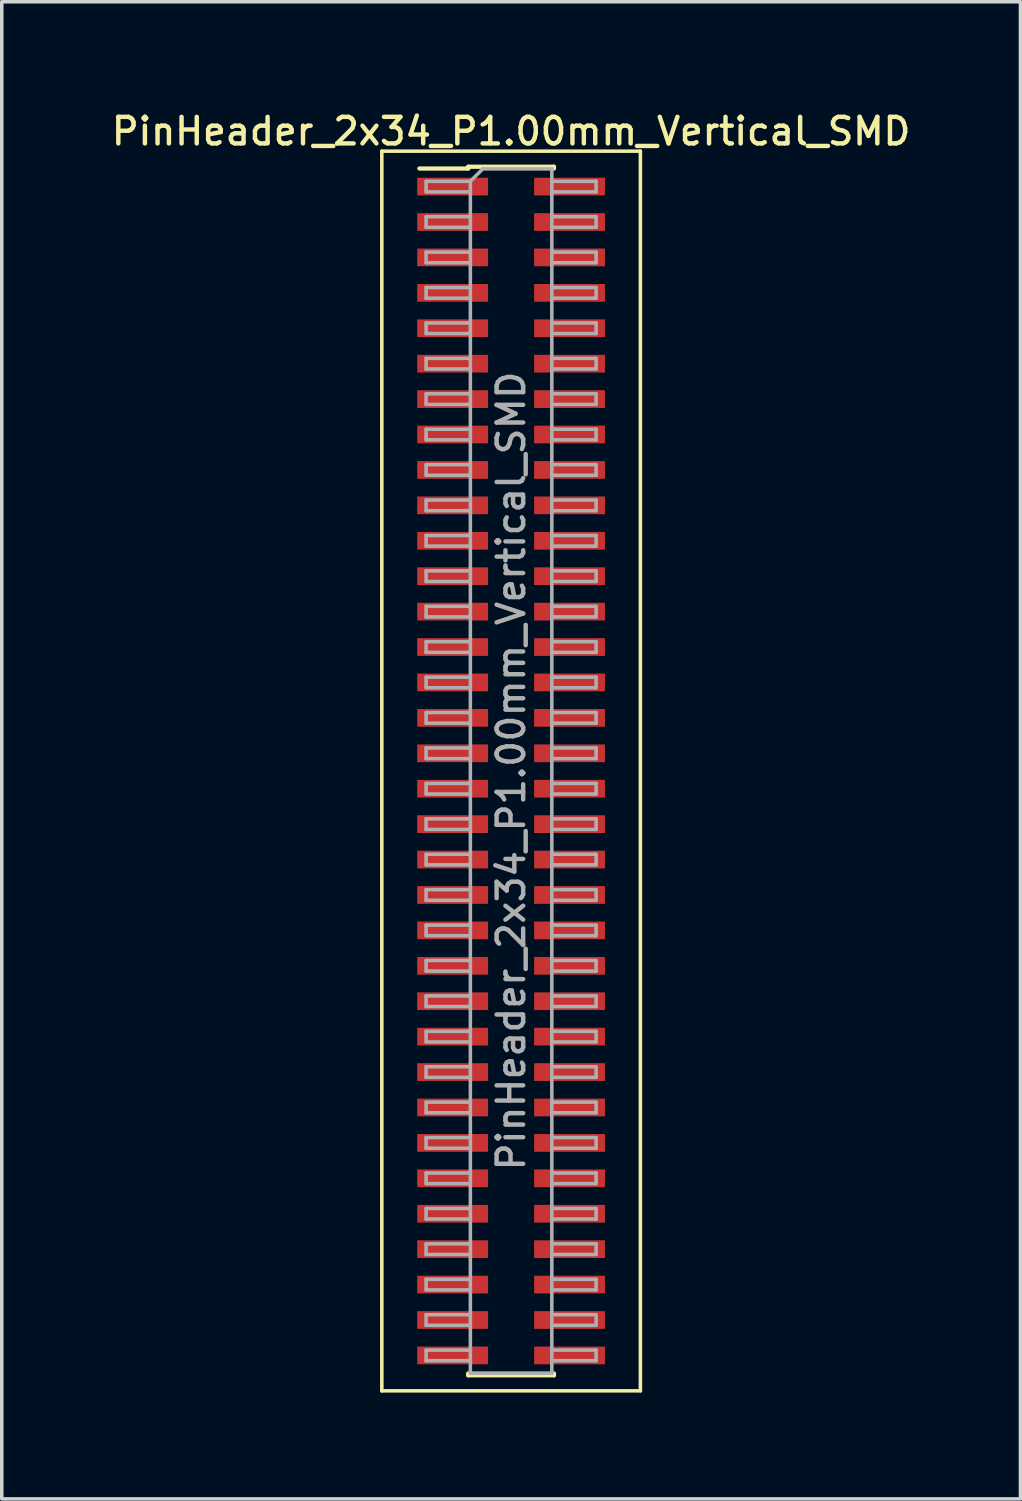
<source format=kicad_pcb>
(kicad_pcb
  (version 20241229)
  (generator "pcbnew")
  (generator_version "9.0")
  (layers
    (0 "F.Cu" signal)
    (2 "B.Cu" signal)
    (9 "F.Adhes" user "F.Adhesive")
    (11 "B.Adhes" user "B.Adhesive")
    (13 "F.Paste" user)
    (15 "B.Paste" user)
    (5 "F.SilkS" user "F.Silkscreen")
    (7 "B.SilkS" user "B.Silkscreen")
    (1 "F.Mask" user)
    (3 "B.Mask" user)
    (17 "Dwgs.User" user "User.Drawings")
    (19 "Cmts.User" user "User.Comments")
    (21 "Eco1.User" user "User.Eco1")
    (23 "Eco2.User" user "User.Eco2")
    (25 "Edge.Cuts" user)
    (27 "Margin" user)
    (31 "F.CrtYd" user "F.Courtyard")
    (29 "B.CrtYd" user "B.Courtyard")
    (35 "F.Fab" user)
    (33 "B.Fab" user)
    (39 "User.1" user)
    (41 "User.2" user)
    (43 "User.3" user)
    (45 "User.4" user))
  (footprint "PinHeader_2x34_P1.00mm_Vertical_SMD"
    (layer "F.Cu")
    (at 11.38 18.718)
    (property "Reference" "PinHeader_2x34_P1.00mm_Vertical_SMD" (at 0 -18.06 0) (layer "F.SilkS") (effects (font (size 0.75 0.75) (thickness 0.125))))
    (attr smd)
    (fp_line (start -3.65 -17.5) (end -3.65 17.5) (stroke (width 0.1) (type solid)) (layer "F.SilkS"))
    (fp_line (start -3.65 17.5) (end 3.65 17.5) (stroke (width 0.1) (type solid)) (layer "F.SilkS"))
    (fp_line (start -2.59 -17.01) (end -1.21 -17.01) (stroke (width 0.12) (type solid)) (layer "F.SilkS"))
    (fp_line (start -1.21 -17.06) (end -1.21 -17.01) (stroke (width 0.12) (type solid)) (layer "F.SilkS"))
    (fp_line (start -1.21 -17.06) (end 1.21 -17.06) (stroke (width 0.12) (type solid)) (layer "F.SilkS"))
    (fp_line (start -1.21 17.01) (end -1.21 17.06) (stroke (width 0.12) (type solid)) (layer "F.SilkS"))
    (fp_line (start -1.21 17.06) (end 1.21 17.06) (stroke (width 0.12) (type solid)) (layer "F.SilkS"))
    (fp_line (start 1.21 -17.06) (end 1.21 -17.01) (stroke (width 0.12) (type solid)) (layer "F.SilkS"))
    (fp_line (start 1.21 17.01) (end 1.21 17.06) (stroke (width 0.12) (type solid)) (layer "F.SilkS"))
    (fp_line (start 3.65 -17.5) (end -3.65 -17.5) (stroke (width 0.1) (type solid)) (layer "F.SilkS"))
    (fp_line (start 3.65 17.5) (end 3.65 -17.5) (stroke (width 0.1) (type solid)) (layer "F.SilkS"))
    (fp_line (start -2.4 -16.65) (end -2.4 -16.35) (stroke (width 0.1) (type solid)) (layer "F.Fab"))
    (fp_line (start -2.4 -16.35) (end -1.15 -16.35) (stroke (width 0.1) (type solid)) (layer "F.Fab"))
    (fp_line (start -2.4 -15.65) (end -2.4 -15.35) (stroke (width 0.1) (type solid)) (layer "F.Fab"))
    (fp_line (start -2.4 -15.35) (end -1.15 -15.35) (stroke (width 0.1) (type solid)) (layer "F.Fab"))
    (fp_line (start -2.4 -14.65) (end -2.4 -14.35) (stroke (width 0.1) (type solid)) (layer "F.Fab"))
    (fp_line (start -2.4 -14.35) (end -1.15 -14.35) (stroke (width 0.1) (type solid)) (layer "F.Fab"))
    (fp_line (start -2.4 -13.65) (end -2.4 -13.35) (stroke (width 0.1) (type solid)) (layer "F.Fab"))
    (fp_line (start -2.4 -13.35) (end -1.15 -13.35) (stroke (width 0.1) (type solid)) (layer "F.Fab"))
    (fp_line (start -2.4 -12.65) (end -2.4 -12.35) (stroke (width 0.1) (type solid)) (layer "F.Fab"))
    (fp_line (start -2.4 -12.35) (end -1.15 -12.35) (stroke (width 0.1) (type solid)) (layer "F.Fab"))
    (fp_line (start -2.4 -11.65) (end -2.4 -11.35) (stroke (width 0.1) (type solid)) (layer "F.Fab"))
    (fp_line (start -2.4 -11.35) (end -1.15 -11.35) (stroke (width 0.1) (type solid)) (layer "F.Fab"))
    (fp_line (start -2.4 -10.65) (end -2.4 -10.35) (stroke (width 0.1) (type solid)) (layer "F.Fab"))
    (fp_line (start -2.4 -10.35) (end -1.15 -10.35) (stroke (width 0.1) (type solid)) (layer "F.Fab"))
    (fp_line (start -2.4 -9.65) (end -2.4 -9.35) (stroke (width 0.1) (type solid)) (layer "F.Fab"))
    (fp_line (start -2.4 -9.35) (end -1.15 -9.35) (stroke (width 0.1) (type solid)) (layer "F.Fab"))
    (fp_line (start -2.4 -8.65) (end -2.4 -8.35) (stroke (width 0.1) (type solid)) (layer "F.Fab"))
    (fp_line (start -2.4 -8.35) (end -1.15 -8.35) (stroke (width 0.1) (type solid)) (layer "F.Fab"))
    (fp_line (start -2.4 -7.65) (end -2.4 -7.35) (stroke (width 0.1) (type solid)) (layer "F.Fab"))
    (fp_line (start -2.4 -7.35) (end -1.15 -7.35) (stroke (width 0.1) (type solid)) (layer "F.Fab"))
    (fp_line (start -2.4 -6.65) (end -2.4 -6.35) (stroke (width 0.1) (type solid)) (layer "F.Fab"))
    (fp_line (start -2.4 -6.35) (end -1.15 -6.35) (stroke (width 0.1) (type solid)) (layer "F.Fab"))
    (fp_line (start -2.4 -5.65) (end -2.4 -5.35) (stroke (width 0.1) (type solid)) (layer "F.Fab"))
    (fp_line (start -2.4 -5.35) (end -1.15 -5.35) (stroke (width 0.1) (type solid)) (layer "F.Fab"))
    (fp_line (start -2.4 -4.65) (end -2.4 -4.35) (stroke (width 0.1) (type solid)) (layer "F.Fab"))
    (fp_line (start -2.4 -4.35) (end -1.15 -4.35) (stroke (width 0.1) (type solid)) (layer "F.Fab"))
    (fp_line (start -2.4 -3.65) (end -2.4 -3.35) (stroke (width 0.1) (type solid)) (layer "F.Fab"))
    (fp_line (start -2.4 -3.35) (end -1.15 -3.35) (stroke (width 0.1) (type solid)) (layer "F.Fab"))
    (fp_line (start -2.4 -2.65) (end -2.4 -2.35) (stroke (width 0.1) (type solid)) (layer "F.Fab"))
    (fp_line (start -2.4 -2.35) (end -1.15 -2.35) (stroke (width 0.1) (type solid)) (layer "F.Fab"))
    (fp_line (start -2.4 -1.65) (end -2.4 -1.35) (stroke (width 0.1) (type solid)) (layer "F.Fab"))
    (fp_line (start -2.4 -1.35) (end -1.15 -1.35) (stroke (width 0.1) (type solid)) (layer "F.Fab"))
    (fp_line (start -2.4 -0.65) (end -2.4 -0.35) (stroke (width 0.1) (type solid)) (layer "F.Fab"))
    (fp_line (start -2.4 -0.35) (end -1.15 -0.35) (stroke (width 0.1) (type solid)) (layer "F.Fab"))
    (fp_line (start -2.4 0.35) (end -2.4 0.65) (stroke (width 0.1) (type solid)) (layer "F.Fab"))
    (fp_line (start -2.4 0.65) (end -1.15 0.65) (stroke (width 0.1) (type solid)) (layer "F.Fab"))
    (fp_line (start -2.4 1.35) (end -2.4 1.65) (stroke (width 0.1) (type solid)) (layer "F.Fab"))
    (fp_line (start -2.4 1.65) (end -1.15 1.65) (stroke (width 0.1) (type solid)) (layer "F.Fab"))
    (fp_line (start -2.4 2.35) (end -2.4 2.65) (stroke (width 0.1) (type solid)) (layer "F.Fab"))
    (fp_line (start -2.4 2.65) (end -1.15 2.65) (stroke (width 0.1) (type solid)) (layer "F.Fab"))
    (fp_line (start -2.4 3.35) (end -2.4 3.65) (stroke (width 0.1) (type solid)) (layer "F.Fab"))
    (fp_line (start -2.4 3.65) (end -1.15 3.65) (stroke (width 0.1) (type solid)) (layer "F.Fab"))
    (fp_line (start -2.4 4.35) (end -2.4 4.65) (stroke (width 0.1) (type solid)) (layer "F.Fab"))
    (fp_line (start -2.4 4.65) (end -1.15 4.65) (stroke (width 0.1) (type solid)) (layer "F.Fab"))
    (fp_line (start -2.4 5.35) (end -2.4 5.65) (stroke (width 0.1) (type solid)) (layer "F.Fab"))
    (fp_line (start -2.4 5.65) (end -1.15 5.65) (stroke (width 0.1) (type solid)) (layer "F.Fab"))
    (fp_line (start -2.4 6.35) (end -2.4 6.65) (stroke (width 0.1) (type solid)) (layer "F.Fab"))
    (fp_line (start -2.4 6.65) (end -1.15 6.65) (stroke (width 0.1) (type solid)) (layer "F.Fab"))
    (fp_line (start -2.4 7.35) (end -2.4 7.65) (stroke (width 0.1) (type solid)) (layer "F.Fab"))
    (fp_line (start -2.4 7.65) (end -1.15 7.65) (stroke (width 0.1) (type solid)) (layer "F.Fab"))
    (fp_line (start -2.4 8.35) (end -2.4 8.65) (stroke (width 0.1) (type solid)) (layer "F.Fab"))
    (fp_line (start -2.4 8.65) (end -1.15 8.65) (stroke (width 0.1) (type solid)) (layer "F.Fab"))
    (fp_line (start -2.4 9.35) (end -2.4 9.65) (stroke (width 0.1) (type solid)) (layer "F.Fab"))
    (fp_line (start -2.4 9.65) (end -1.15 9.65) (stroke (width 0.1) (type solid)) (layer "F.Fab"))
    (fp_line (start -2.4 10.35) (end -2.4 10.65) (stroke (width 0.1) (type solid)) (layer "F.Fab"))
    (fp_line (start -2.4 10.65) (end -1.15 10.65) (stroke (width 0.1) (type solid)) (layer "F.Fab"))
    (fp_line (start -2.4 11.35) (end -2.4 11.65) (stroke (width 0.1) (type solid)) (layer "F.Fab"))
    (fp_line (start -2.4 11.65) (end -1.15 11.65) (stroke (width 0.1) (type solid)) (layer "F.Fab"))
    (fp_line (start -2.4 12.35) (end -2.4 12.65) (stroke (width 0.1) (type solid)) (layer "F.Fab"))
    (fp_line (start -2.4 12.65) (end -1.15 12.65) (stroke (width 0.1) (type solid)) (layer "F.Fab"))
    (fp_line (start -2.4 13.35) (end -2.4 13.65) (stroke (width 0.1) (type solid)) (layer "F.Fab"))
    (fp_line (start -2.4 13.65) (end -1.15 13.65) (stroke (width 0.1) (type solid)) (layer "F.Fab"))
    (fp_line (start -2.4 14.35) (end -2.4 14.65) (stroke (width 0.1) (type solid)) (layer "F.Fab"))
    (fp_line (start -2.4 14.65) (end -1.15 14.65) (stroke (width 0.1) (type solid)) (layer "F.Fab"))
    (fp_line (start -2.4 15.35) (end -2.4 15.65) (stroke (width 0.1) (type solid)) (layer "F.Fab"))
    (fp_line (start -2.4 15.65) (end -1.15 15.65) (stroke (width 0.1) (type solid)) (layer "F.Fab"))
    (fp_line (start -2.4 16.35) (end -2.4 16.65) (stroke (width 0.1) (type solid)) (layer "F.Fab"))
    (fp_line (start -2.4 16.65) (end -1.15 16.65) (stroke (width 0.1) (type solid)) (layer "F.Fab"))
    (fp_line (start -1.15 -16.65) (end -2.4 -16.65) (stroke (width 0.1) (type solid)) (layer "F.Fab"))
    (fp_line (start -1.15 -16.65) (end -0.8 -17) (stroke (width 0.1) (type solid)) (layer "F.Fab"))
    (fp_line (start -1.15 -15.65) (end -2.4 -15.65) (stroke (width 0.1) (type solid)) (layer "F.Fab"))
    (fp_line (start -1.15 -14.65) (end -2.4 -14.65) (stroke (width 0.1) (type solid)) (layer "F.Fab"))
    (fp_line (start -1.15 -13.65) (end -2.4 -13.65) (stroke (width 0.1) (type solid)) (layer "F.Fab"))
    (fp_line (start -1.15 -12.65) (end -2.4 -12.65) (stroke (width 0.1) (type solid)) (layer "F.Fab"))
    (fp_line (start -1.15 -11.65) (end -2.4 -11.65) (stroke (width 0.1) (type solid)) (layer "F.Fab"))
    (fp_line (start -1.15 -10.65) (end -2.4 -10.65) (stroke (width 0.1) (type solid)) (layer "F.Fab"))
    (fp_line (start -1.15 -9.65) (end -2.4 -9.65) (stroke (width 0.1) (type solid)) (layer "F.Fab"))
    (fp_line (start -1.15 -8.65) (end -2.4 -8.65) (stroke (width 0.1) (type solid)) (layer "F.Fab"))
    (fp_line (start -1.15 -7.65) (end -2.4 -7.65) (stroke (width 0.1) (type solid)) (layer "F.Fab"))
    (fp_line (start -1.15 -6.65) (end -2.4 -6.65) (stroke (width 0.1) (type solid)) (layer "F.Fab"))
    (fp_line (start -1.15 -5.65) (end -2.4 -5.65) (stroke (width 0.1) (type solid)) (layer "F.Fab"))
    (fp_line (start -1.15 -4.65) (end -2.4 -4.65) (stroke (width 0.1) (type solid)) (layer "F.Fab"))
    (fp_line (start -1.15 -3.65) (end -2.4 -3.65) (stroke (width 0.1) (type solid)) (layer "F.Fab"))
    (fp_line (start -1.15 -2.65) (end -2.4 -2.65) (stroke (width 0.1) (type solid)) (layer "F.Fab"))
    (fp_line (start -1.15 -1.65) (end -2.4 -1.65) (stroke (width 0.1) (type solid)) (layer "F.Fab"))
    (fp_line (start -1.15 -0.65) (end -2.4 -0.65) (stroke (width 0.1) (type solid)) (layer "F.Fab"))
    (fp_line (start -1.15 0.35) (end -2.4 0.35) (stroke (width 0.1) (type solid)) (layer "F.Fab"))
    (fp_line (start -1.15 1.35) (end -2.4 1.35) (stroke (width 0.1) (type solid)) (layer "F.Fab"))
    (fp_line (start -1.15 2.35) (end -2.4 2.35) (stroke (width 0.1) (type solid)) (layer "F.Fab"))
    (fp_line (start -1.15 3.35) (end -2.4 3.35) (stroke (width 0.1) (type solid)) (layer "F.Fab"))
    (fp_line (start -1.15 4.35) (end -2.4 4.35) (stroke (width 0.1) (type solid)) (layer "F.Fab"))
    (fp_line (start -1.15 5.35) (end -2.4 5.35) (stroke (width 0.1) (type solid)) (layer "F.Fab"))
    (fp_line (start -1.15 6.35) (end -2.4 6.35) (stroke (width 0.1) (type solid)) (layer "F.Fab"))
    (fp_line (start -1.15 7.35) (end -2.4 7.35) (stroke (width 0.1) (type solid)) (layer "F.Fab"))
    (fp_line (start -1.15 8.35) (end -2.4 8.35) (stroke (width 0.1) (type solid)) (layer "F.Fab"))
    (fp_line (start -1.15 9.35) (end -2.4 9.35) (stroke (width 0.1) (type solid)) (layer "F.Fab"))
    (fp_line (start -1.15 10.35) (end -2.4 10.35) (stroke (width 0.1) (type solid)) (layer "F.Fab"))
    (fp_line (start -1.15 11.35) (end -2.4 11.35) (stroke (width 0.1) (type solid)) (layer "F.Fab"))
    (fp_line (start -1.15 12.35) (end -2.4 12.35) (stroke (width 0.1) (type solid)) (layer "F.Fab"))
    (fp_line (start -1.15 13.35) (end -2.4 13.35) (stroke (width 0.1) (type solid)) (layer "F.Fab"))
    (fp_line (start -1.15 14.35) (end -2.4 14.35) (stroke (width 0.1) (type solid)) (layer "F.Fab"))
    (fp_line (start -1.15 15.35) (end -2.4 15.35) (stroke (width 0.1) (type solid)) (layer "F.Fab"))
    (fp_line (start -1.15 16.35) (end -2.4 16.35) (stroke (width 0.1) (type solid)) (layer "F.Fab"))
    (fp_line (start -1.15 17) (end -1.15 -16.65) (stroke (width 0.1) (type solid)) (layer "F.Fab"))
    (fp_line (start -0.8 -17) (end 1.15 -17) (stroke (width 0.1) (type solid)) (layer "F.Fab"))
    (fp_line (start 1.15 -17) (end 1.15 17) (stroke (width 0.1) (type solid)) (layer "F.Fab"))
    (fp_line (start 1.15 -16.65) (end 2.4 -16.65) (stroke (width 0.1) (type solid)) (layer "F.Fab"))
    (fp_line (start 1.15 -15.65) (end 2.4 -15.65) (stroke (width 0.1) (type solid)) (layer "F.Fab"))
    (fp_line (start 1.15 -14.65) (end 2.4 -14.65) (stroke (width 0.1) (type solid)) (layer "F.Fab"))
    (fp_line (start 1.15 -13.65) (end 2.4 -13.65) (stroke (width 0.1) (type solid)) (layer "F.Fab"))
    (fp_line (start 1.15 -12.65) (end 2.4 -12.65) (stroke (width 0.1) (type solid)) (layer "F.Fab"))
    (fp_line (start 1.15 -11.65) (end 2.4 -11.65) (stroke (width 0.1) (type solid)) (layer "F.Fab"))
    (fp_line (start 1.15 -10.65) (end 2.4 -10.65) (stroke (width 0.1) (type solid)) (layer "F.Fab"))
    (fp_line (start 1.15 -9.65) (end 2.4 -9.65) (stroke (width 0.1) (type solid)) (layer "F.Fab"))
    (fp_line (start 1.15 -8.65) (end 2.4 -8.65) (stroke (width 0.1) (type solid)) (layer "F.Fab"))
    (fp_line (start 1.15 -7.65) (end 2.4 -7.65) (stroke (width 0.1) (type solid)) (layer "F.Fab"))
    (fp_line (start 1.15 -6.65) (end 2.4 -6.65) (stroke (width 0.1) (type solid)) (layer "F.Fab"))
    (fp_line (start 1.15 -5.65) (end 2.4 -5.65) (stroke (width 0.1) (type solid)) (layer "F.Fab"))
    (fp_line (start 1.15 -4.65) (end 2.4 -4.65) (stroke (width 0.1) (type solid)) (layer "F.Fab"))
    (fp_line (start 1.15 -3.65) (end 2.4 -3.65) (stroke (width 0.1) (type solid)) (layer "F.Fab"))
    (fp_line (start 1.15 -2.65) (end 2.4 -2.65) (stroke (width 0.1) (type solid)) (layer "F.Fab"))
    (fp_line (start 1.15 -1.65) (end 2.4 -1.65) (stroke (width 0.1) (type solid)) (layer "F.Fab"))
    (fp_line (start 1.15 -0.65) (end 2.4 -0.65) (stroke (width 0.1) (type solid)) (layer "F.Fab"))
    (fp_line (start 1.15 0.35) (end 2.4 0.35) (stroke (width 0.1) (type solid)) (layer "F.Fab"))
    (fp_line (start 1.15 1.35) (end 2.4 1.35) (stroke (width 0.1) (type solid)) (layer "F.Fab"))
    (fp_line (start 1.15 2.35) (end 2.4 2.35) (stroke (width 0.1) (type solid)) (layer "F.Fab"))
    (fp_line (start 1.15 3.35) (end 2.4 3.35) (stroke (width 0.1) (type solid)) (layer "F.Fab"))
    (fp_line (start 1.15 4.35) (end 2.4 4.35) (stroke (width 0.1) (type solid)) (layer "F.Fab"))
    (fp_line (start 1.15 5.35) (end 2.4 5.35) (stroke (width 0.1) (type solid)) (layer "F.Fab"))
    (fp_line (start 1.15 6.35) (end 2.4 6.35) (stroke (width 0.1) (type solid)) (layer "F.Fab"))
    (fp_line (start 1.15 7.35) (end 2.4 7.35) (stroke (width 0.1) (type solid)) (layer "F.Fab"))
    (fp_line (start 1.15 8.35) (end 2.4 8.35) (stroke (width 0.1) (type solid)) (layer "F.Fab"))
    (fp_line (start 1.15 9.35) (end 2.4 9.35) (stroke (width 0.1) (type solid)) (layer "F.Fab"))
    (fp_line (start 1.15 10.35) (end 2.4 10.35) (stroke (width 0.1) (type solid)) (layer "F.Fab"))
    (fp_line (start 1.15 11.35) (end 2.4 11.35) (stroke (width 0.1) (type solid)) (layer "F.Fab"))
    (fp_line (start 1.15 12.35) (end 2.4 12.35) (stroke (width 0.1) (type solid)) (layer "F.Fab"))
    (fp_line (start 1.15 13.35) (end 2.4 13.35) (stroke (width 0.1) (type solid)) (layer "F.Fab"))
    (fp_line (start 1.15 14.35) (end 2.4 14.35) (stroke (width 0.1) (type solid)) (layer "F.Fab"))
    (fp_line (start 1.15 15.35) (end 2.4 15.35) (stroke (width 0.1) (type solid)) (layer "F.Fab"))
    (fp_line (start 1.15 16.35) (end 2.4 16.35) (stroke (width 0.1) (type solid)) (layer "F.Fab"))
    (fp_line (start 1.15 17) (end -1.15 17) (stroke (width 0.1) (type solid)) (layer "F.Fab"))
    (fp_line (start 2.4 -16.65) (end 2.4 -16.35) (stroke (width 0.1) (type solid)) (layer "F.Fab"))
    (fp_line (start 2.4 -16.35) (end 1.15 -16.35) (stroke (width 0.1) (type solid)) (layer "F.Fab"))
    (fp_line (start 2.4 -15.65) (end 2.4 -15.35) (stroke (width 0.1) (type solid)) (layer "F.Fab"))
    (fp_line (start 2.4 -15.35) (end 1.15 -15.35) (stroke (width 0.1) (type solid)) (layer "F.Fab"))
    (fp_line (start 2.4 -14.65) (end 2.4 -14.35) (stroke (width 0.1) (type solid)) (layer "F.Fab"))
    (fp_line (start 2.4 -14.35) (end 1.15 -14.35) (stroke (width 0.1) (type solid)) (layer "F.Fab"))
    (fp_line (start 2.4 -13.65) (end 2.4 -13.35) (stroke (width 0.1) (type solid)) (layer "F.Fab"))
    (fp_line (start 2.4 -13.35) (end 1.15 -13.35) (stroke (width 0.1) (type solid)) (layer "F.Fab"))
    (fp_line (start 2.4 -12.65) (end 2.4 -12.35) (stroke (width 0.1) (type solid)) (layer "F.Fab"))
    (fp_line (start 2.4 -12.35) (end 1.15 -12.35) (stroke (width 0.1) (type solid)) (layer "F.Fab"))
    (fp_line (start 2.4 -11.65) (end 2.4 -11.35) (stroke (width 0.1) (type solid)) (layer "F.Fab"))
    (fp_line (start 2.4 -11.35) (end 1.15 -11.35) (stroke (width 0.1) (type solid)) (layer "F.Fab"))
    (fp_line (start 2.4 -10.65) (end 2.4 -10.35) (stroke (width 0.1) (type solid)) (layer "F.Fab"))
    (fp_line (start 2.4 -10.35) (end 1.15 -10.35) (stroke (width 0.1) (type solid)) (layer "F.Fab"))
    (fp_line (start 2.4 -9.65) (end 2.4 -9.35) (stroke (width 0.1) (type solid)) (layer "F.Fab"))
    (fp_line (start 2.4 -9.35) (end 1.15 -9.35) (stroke (width 0.1) (type solid)) (layer "F.Fab"))
    (fp_line (start 2.4 -8.65) (end 2.4 -8.35) (stroke (width 0.1) (type solid)) (layer "F.Fab"))
    (fp_line (start 2.4 -8.35) (end 1.15 -8.35) (stroke (width 0.1) (type solid)) (layer "F.Fab"))
    (fp_line (start 2.4 -7.65) (end 2.4 -7.35) (stroke (width 0.1) (type solid)) (layer "F.Fab"))
    (fp_line (start 2.4 -7.35) (end 1.15 -7.35) (stroke (width 0.1) (type solid)) (layer "F.Fab"))
    (fp_line (start 2.4 -6.65) (end 2.4 -6.35) (stroke (width 0.1) (type solid)) (layer "F.Fab"))
    (fp_line (start 2.4 -6.35) (end 1.15 -6.35) (stroke (width 0.1) (type solid)) (layer "F.Fab"))
    (fp_line (start 2.4 -5.65) (end 2.4 -5.35) (stroke (width 0.1) (type solid)) (layer "F.Fab"))
    (fp_line (start 2.4 -5.35) (end 1.15 -5.35) (stroke (width 0.1) (type solid)) (layer "F.Fab"))
    (fp_line (start 2.4 -4.65) (end 2.4 -4.35) (stroke (width 0.1) (type solid)) (layer "F.Fab"))
    (fp_line (start 2.4 -4.35) (end 1.15 -4.35) (stroke (width 0.1) (type solid)) (layer "F.Fab"))
    (fp_line (start 2.4 -3.65) (end 2.4 -3.35) (stroke (width 0.1) (type solid)) (layer "F.Fab"))
    (fp_line (start 2.4 -3.35) (end 1.15 -3.35) (stroke (width 0.1) (type solid)) (layer "F.Fab"))
    (fp_line (start 2.4 -2.65) (end 2.4 -2.35) (stroke (width 0.1) (type solid)) (layer "F.Fab"))
    (fp_line (start 2.4 -2.35) (end 1.15 -2.35) (stroke (width 0.1) (type solid)) (layer "F.Fab"))
    (fp_line (start 2.4 -1.65) (end 2.4 -1.35) (stroke (width 0.1) (type solid)) (layer "F.Fab"))
    (fp_line (start 2.4 -1.35) (end 1.15 -1.35) (stroke (width 0.1) (type solid)) (layer "F.Fab"))
    (fp_line (start 2.4 -0.65) (end 2.4 -0.35) (stroke (width 0.1) (type solid)) (layer "F.Fab"))
    (fp_line (start 2.4 -0.35) (end 1.15 -0.35) (stroke (width 0.1) (type solid)) (layer "F.Fab"))
    (fp_line (start 2.4 0.35) (end 2.4 0.65) (stroke (width 0.1) (type solid)) (layer "F.Fab"))
    (fp_line (start 2.4 0.65) (end 1.15 0.65) (stroke (width 0.1) (type solid)) (layer "F.Fab"))
    (fp_line (start 2.4 1.35) (end 2.4 1.65) (stroke (width 0.1) (type solid)) (layer "F.Fab"))
    (fp_line (start 2.4 1.65) (end 1.15 1.65) (stroke (width 0.1) (type solid)) (layer "F.Fab"))
    (fp_line (start 2.4 2.35) (end 2.4 2.65) (stroke (width 0.1) (type solid)) (layer "F.Fab"))
    (fp_line (start 2.4 2.65) (end 1.15 2.65) (stroke (width 0.1) (type solid)) (layer "F.Fab"))
    (fp_line (start 2.4 3.35) (end 2.4 3.65) (stroke (width 0.1) (type solid)) (layer "F.Fab"))
    (fp_line (start 2.4 3.65) (end 1.15 3.65) (stroke (width 0.1) (type solid)) (layer "F.Fab"))
    (fp_line (start 2.4 4.35) (end 2.4 4.65) (stroke (width 0.1) (type solid)) (layer "F.Fab"))
    (fp_line (start 2.4 4.65) (end 1.15 4.65) (stroke (width 0.1) (type solid)) (layer "F.Fab"))
    (fp_line (start 2.4 5.35) (end 2.4 5.65) (stroke (width 0.1) (type solid)) (layer "F.Fab"))
    (fp_line (start 2.4 5.65) (end 1.15 5.65) (stroke (width 0.1) (type solid)) (layer "F.Fab"))
    (fp_line (start 2.4 6.35) (end 2.4 6.65) (stroke (width 0.1) (type solid)) (layer "F.Fab"))
    (fp_line (start 2.4 6.65) (end 1.15 6.65) (stroke (width 0.1) (type solid)) (layer "F.Fab"))
    (fp_line (start 2.4 7.35) (end 2.4 7.65) (stroke (width 0.1) (type solid)) (layer "F.Fab"))
    (fp_line (start 2.4 7.65) (end 1.15 7.65) (stroke (width 0.1) (type solid)) (layer "F.Fab"))
    (fp_line (start 2.4 8.35) (end 2.4 8.65) (stroke (width 0.1) (type solid)) (layer "F.Fab"))
    (fp_line (start 2.4 8.65) (end 1.15 8.65) (stroke (width 0.1) (type solid)) (layer "F.Fab"))
    (fp_line (start 2.4 9.35) (end 2.4 9.65) (stroke (width 0.1) (type solid)) (layer "F.Fab"))
    (fp_line (start 2.4 9.65) (end 1.15 9.65) (stroke (width 0.1) (type solid)) (layer "F.Fab"))
    (fp_line (start 2.4 10.35) (end 2.4 10.65) (stroke (width 0.1) (type solid)) (layer "F.Fab"))
    (fp_line (start 2.4 10.65) (end 1.15 10.65) (stroke (width 0.1) (type solid)) (layer "F.Fab"))
    (fp_line (start 2.4 11.35) (end 2.4 11.65) (stroke (width 0.1) (type solid)) (layer "F.Fab"))
    (fp_line (start 2.4 11.65) (end 1.15 11.65) (stroke (width 0.1) (type solid)) (layer "F.Fab"))
    (fp_line (start 2.4 12.35) (end 2.4 12.65) (stroke (width 0.1) (type solid)) (layer "F.Fab"))
    (fp_line (start 2.4 12.65) (end 1.15 12.65) (stroke (width 0.1) (type solid)) (layer "F.Fab"))
    (fp_line (start 2.4 13.35) (end 2.4 13.65) (stroke (width 0.1) (type solid)) (layer "F.Fab"))
    (fp_line (start 2.4 13.65) (end 1.15 13.65) (stroke (width 0.1) (type solid)) (layer "F.Fab"))
    (fp_line (start 2.4 14.35) (end 2.4 14.65) (stroke (width 0.1) (type solid)) (layer "F.Fab"))
    (fp_line (start 2.4 14.65) (end 1.15 14.65) (stroke (width 0.1) (type solid)) (layer "F.Fab"))
    (fp_line (start 2.4 15.35) (end 2.4 15.65) (stroke (width 0.1) (type solid)) (layer "F.Fab"))
    (fp_line (start 2.4 15.65) (end 1.15 15.65) (stroke (width 0.1) (type solid)) (layer "F.Fab"))
    (fp_line (start 2.4 16.35) (end 2.4 16.65) (stroke (width 0.1) (type solid)) (layer "F.Fab"))
    (fp_line (start 2.4 16.65) (end 1.15 16.65) (stroke (width 0.1) (type solid)) (layer "F.Fab"))
    (fp_text user "${REFERENCE}" (at 0 0 90) (layer "F.Fab") (effects (font (size 0.75 0.75) (thickness 0.125))))
    (pad "1" smd rect (at -1.65 -16.5) (size 2 0.5) (layers "F.Cu" "F.Mask" "F.Paste"))
    (pad "2" smd rect (at 1.65 -16.5) (size 2 0.5) (layers "F.Cu" "F.Mask" "F.Paste"))
    (pad "3" smd rect (at -1.65 -15.5) (size 2 0.5) (layers "F.Cu" "F.Mask" "F.Paste"))
    (pad "4" smd rect (at 1.65 -15.5) (size 2 0.5) (layers "F.Cu" "F.Mask" "F.Paste"))
    (pad "5" smd rect (at -1.65 -14.5) (size 2 0.5) (layers "F.Cu" "F.Mask" "F.Paste"))
    (pad "6" smd rect (at 1.65 -14.5) (size 2 0.5) (layers "F.Cu" "F.Mask" "F.Paste"))
    (pad "7" smd rect (at -1.65 -13.5) (size 2 0.5) (layers "F.Cu" "F.Mask" "F.Paste"))
    (pad "8" smd rect (at 1.65 -13.5) (size 2 0.5) (layers "F.Cu" "F.Mask" "F.Paste"))
    (pad "9" smd rect (at -1.65 -12.5) (size 2 0.5) (layers "F.Cu" "F.Mask" "F.Paste"))
    (pad "10" smd rect (at 1.65 -12.5) (size 2 0.5) (layers "F.Cu" "F.Mask" "F.Paste"))
    (pad "11" smd rect (at -1.65 -11.5) (size 2 0.5) (layers "F.Cu" "F.Mask" "F.Paste"))
    (pad "12" smd rect (at 1.65 -11.5) (size 2 0.5) (layers "F.Cu" "F.Mask" "F.Paste"))
    (pad "13" smd rect (at -1.65 -10.5) (size 2 0.5) (layers "F.Cu" "F.Mask" "F.Paste"))
    (pad "14" smd rect (at 1.65 -10.5) (size 2 0.5) (layers "F.Cu" "F.Mask" "F.Paste"))
    (pad "15" smd rect (at -1.65 -9.5) (size 2 0.5) (layers "F.Cu" "F.Mask" "F.Paste"))
    (pad "16" smd rect (at 1.65 -9.5) (size 2 0.5) (layers "F.Cu" "F.Mask" "F.Paste"))
    (pad "17" smd rect (at -1.65 -8.5) (size 2 0.5) (layers "F.Cu" "F.Mask" "F.Paste"))
    (pad "18" smd rect (at 1.65 -8.5) (size 2 0.5) (layers "F.Cu" "F.Mask" "F.Paste"))
    (pad "19" smd rect (at -1.65 -7.5) (size 2 0.5) (layers "F.Cu" "F.Mask" "F.Paste"))
    (pad "20" smd rect (at 1.65 -7.5) (size 2 0.5) (layers "F.Cu" "F.Mask" "F.Paste"))
    (pad "21" smd rect (at -1.65 -6.5) (size 2 0.5) (layers "F.Cu" "F.Mask" "F.Paste"))
    (pad "22" smd rect (at 1.65 -6.5) (size 2 0.5) (layers "F.Cu" "F.Mask" "F.Paste"))
    (pad "23" smd rect (at -1.65 -5.5) (size 2 0.5) (layers "F.Cu" "F.Mask" "F.Paste"))
    (pad "24" smd rect (at 1.65 -5.5) (size 2 0.5) (layers "F.Cu" "F.Mask" "F.Paste"))
    (pad "25" smd rect (at -1.65 -4.5) (size 2 0.5) (layers "F.Cu" "F.Mask" "F.Paste"))
    (pad "26" smd rect (at 1.65 -4.5) (size 2 0.5) (layers "F.Cu" "F.Mask" "F.Paste"))
    (pad "27" smd rect (at -1.65 -3.5) (size 2 0.5) (layers "F.Cu" "F.Mask" "F.Paste"))
    (pad "28" smd rect (at 1.65 -3.5) (size 2 0.5) (layers "F.Cu" "F.Mask" "F.Paste"))
    (pad "29" smd rect (at -1.65 -2.5) (size 2 0.5) (layers "F.Cu" "F.Mask" "F.Paste"))
    (pad "30" smd rect (at 1.65 -2.5) (size 2 0.5) (layers "F.Cu" "F.Mask" "F.Paste"))
    (pad "31" smd rect (at -1.65 -1.5) (size 2 0.5) (layers "F.Cu" "F.Mask" "F.Paste"))
    (pad "32" smd rect (at 1.65 -1.5) (size 2 0.5) (layers "F.Cu" "F.Mask" "F.Paste"))
    (pad "33" smd rect (at -1.65 -0.5) (size 2 0.5) (layers "F.Cu" "F.Mask" "F.Paste"))
    (pad "34" smd rect (at 1.65 -0.5) (size 2 0.5) (layers "F.Cu" "F.Mask" "F.Paste"))
    (pad "35" smd rect (at -1.65 0.5) (size 2 0.5) (layers "F.Cu" "F.Mask" "F.Paste"))
    (pad "36" smd rect (at 1.65 0.5) (size 2 0.5) (layers "F.Cu" "F.Mask" "F.Paste"))
    (pad "37" smd rect (at -1.65 1.5) (size 2 0.5) (layers "F.Cu" "F.Mask" "F.Paste"))
    (pad "38" smd rect (at 1.65 1.5) (size 2 0.5) (layers "F.Cu" "F.Mask" "F.Paste"))
    (pad "39" smd rect (at -1.65 2.5) (size 2 0.5) (layers "F.Cu" "F.Mask" "F.Paste"))
    (pad "40" smd rect (at 1.65 2.5) (size 2 0.5) (layers "F.Cu" "F.Mask" "F.Paste"))
    (pad "41" smd rect (at -1.65 3.5) (size 2 0.5) (layers "F.Cu" "F.Mask" "F.Paste"))
    (pad "42" smd rect (at 1.65 3.5) (size 2 0.5) (layers "F.Cu" "F.Mask" "F.Paste"))
    (pad "43" smd rect (at -1.65 4.5) (size 2 0.5) (layers "F.Cu" "F.Mask" "F.Paste"))
    (pad "44" smd rect (at 1.65 4.5) (size 2 0.5) (layers "F.Cu" "F.Mask" "F.Paste"))
    (pad "45" smd rect (at -1.65 5.5) (size 2 0.5) (layers "F.Cu" "F.Mask" "F.Paste"))
    (pad "46" smd rect (at 1.65 5.5) (size 2 0.5) (layers "F.Cu" "F.Mask" "F.Paste"))
    (pad "47" smd rect (at -1.65 6.5) (size 2 0.5) (layers "F.Cu" "F.Mask" "F.Paste"))
    (pad "48" smd rect (at 1.65 6.5) (size 2 0.5) (layers "F.Cu" "F.Mask" "F.Paste"))
    (pad "49" smd rect (at -1.65 7.5) (size 2 0.5) (layers "F.Cu" "F.Mask" "F.Paste"))
    (pad "50" smd rect (at 1.65 7.5) (size 2 0.5) (layers "F.Cu" "F.Mask" "F.Paste"))
    (pad "51" smd rect (at -1.65 8.5) (size 2 0.5) (layers "F.Cu" "F.Mask" "F.Paste"))
    (pad "52" smd rect (at 1.65 8.5) (size 2 0.5) (layers "F.Cu" "F.Mask" "F.Paste"))
    (pad "53" smd rect (at -1.65 9.5) (size 2 0.5) (layers "F.Cu" "F.Mask" "F.Paste"))
    (pad "54" smd rect (at 1.65 9.5) (size 2 0.5) (layers "F.Cu" "F.Mask" "F.Paste"))
    (pad "55" smd rect (at -1.65 10.5) (size 2 0.5) (layers "F.Cu" "F.Mask" "F.Paste"))
    (pad "56" smd rect (at 1.65 10.5) (size 2 0.5) (layers "F.Cu" "F.Mask" "F.Paste"))
    (pad "57" smd rect (at -1.65 11.5) (size 2 0.5) (layers "F.Cu" "F.Mask" "F.Paste"))
    (pad "58" smd rect (at 1.65 11.5) (size 2 0.5) (layers "F.Cu" "F.Mask" "F.Paste"))
    (pad "59" smd rect (at -1.65 12.5) (size 2 0.5) (layers "F.Cu" "F.Mask" "F.Paste"))
    (pad "60" smd rect (at 1.65 12.5) (size 2 0.5) (layers "F.Cu" "F.Mask" "F.Paste"))
    (pad "61" smd rect (at -1.65 13.5) (size 2 0.5) (layers "F.Cu" "F.Mask" "F.Paste"))
    (pad "62" smd rect (at 1.65 13.5) (size 2 0.5) (layers "F.Cu" "F.Mask" "F.Paste"))
    (pad "63" smd rect (at -1.65 14.5) (size 2 0.5) (layers "F.Cu" "F.Mask" "F.Paste"))
    (pad "64" smd rect (at 1.65 14.5) (size 2 0.5) (layers "F.Cu" "F.Mask" "F.Paste"))
    (pad "65" smd rect (at -1.65 15.5) (size 2 0.5) (layers "F.Cu" "F.Mask" "F.Paste"))
    (pad "66" smd rect (at 1.65 15.5) (size 2 0.5) (layers "F.Cu" "F.Mask" "F.Paste"))
    (pad "67" smd rect (at -1.65 16.5) (size 2 0.5) (layers "F.Cu" "F.Mask" "F.Paste"))
    (pad "68" smd rect (at 1.65 16.5) (size 2 0.5) (layers "F.Cu" "F.Mask" "F.Paste")))
  (gr_rect
    (start -3 -3)
    (end 25.761 39.268)
    (stroke (width 0.1) (type default))
    (fill no)
    (layer "Edge.Cuts")))
</source>
